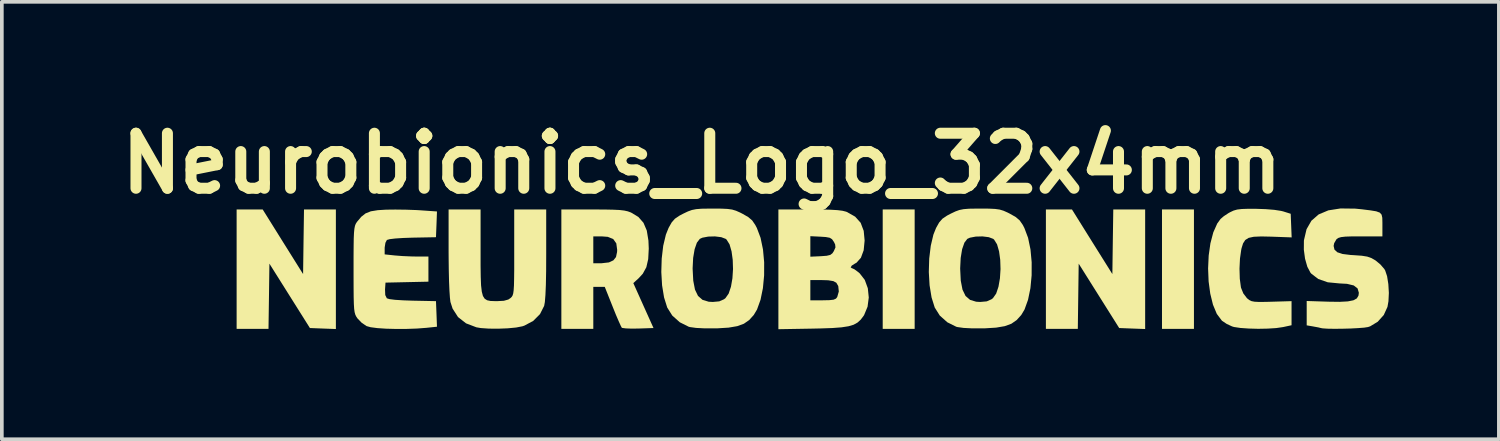
<source format=kicad_pcb>
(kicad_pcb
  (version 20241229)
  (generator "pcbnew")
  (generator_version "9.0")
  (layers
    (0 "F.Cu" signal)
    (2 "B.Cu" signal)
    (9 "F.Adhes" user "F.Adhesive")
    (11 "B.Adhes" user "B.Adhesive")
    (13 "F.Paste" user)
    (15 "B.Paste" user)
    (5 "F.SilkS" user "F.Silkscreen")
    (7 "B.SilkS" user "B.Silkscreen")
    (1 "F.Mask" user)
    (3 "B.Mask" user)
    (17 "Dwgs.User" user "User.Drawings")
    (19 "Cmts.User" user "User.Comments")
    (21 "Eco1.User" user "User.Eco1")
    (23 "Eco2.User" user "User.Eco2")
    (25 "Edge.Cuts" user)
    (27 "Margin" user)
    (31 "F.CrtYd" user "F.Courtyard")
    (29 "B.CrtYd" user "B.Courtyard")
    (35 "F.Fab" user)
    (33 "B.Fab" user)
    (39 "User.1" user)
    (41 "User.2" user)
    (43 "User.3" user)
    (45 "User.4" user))
  (footprint "Neurobionics_Logo_32x4mm"
    (layer "F.Cu")
    (at 19.134 3.944)
    (property "Reference" "Neurobionics_Logo_32x4mm" (at -3.048 -2.54 0) (layer "F.SilkS") (effects (font (size 1.5 1.5) (thickness 0.3))))
    (attr board_only exclude_from_pos_files exclude_from_bom)
    (fp_poly (pts (xy 2.752 0.344) (xy 2.752 1.972) (xy 2.316 1.972) (xy 1.881 1.972) (xy 1.881 0.344) (xy 1.881 -1.284) (xy 2.316 -1.284) (xy 2.752 -1.284)) (stroke (width 0) (type solid)) (fill yes) (layer "F.SilkS"))
    (fp_poly (pts (xy 10.366 0.344) (xy 10.366 1.972) (xy 9.931 1.972) (xy 9.495 1.972) (xy 9.495 0.344) (xy 9.495 -1.284) (xy 9.931 -1.284) (xy 10.366 -1.284)) (stroke (width 0) (type solid)) (fill yes) (layer "F.SilkS"))
    (fp_poly (pts (xy -13.027 0.346) (xy -13.027 1.976) (xy -13.381 1.963) (xy -13.735 1.949) (xy -14.287 1.072) (xy -14.839 0.194) (xy -14.851 1.083) (xy -14.864 1.972) (xy -15.298 1.972) (xy -15.733 1.972) (xy -15.733 0.344) (xy -15.733 -1.284) (xy -15.378 -1.283) (xy -15.022 -1.283) (xy -14.472 -0.402) (xy -13.921 0.478) (xy -13.909 -0.403) (xy -13.896 -1.284) (xy -13.462 -1.284) (xy -13.027 -1.284)) (stroke (width 0) (type solid)) (fill yes) (layer "F.SilkS"))
    (fp_poly (pts (xy 9.036 0.346) (xy 9.036 1.976) (xy 8.682 1.963) (xy 8.328 1.949) (xy 7.776 1.072) (xy 7.224 0.194) (xy 7.212 1.083) (xy 7.2 1.972) (xy 6.765 1.972) (xy 6.33 1.972) (xy 6.33 0.344) (xy 6.33 -1.284) (xy 6.685 -1.283) (xy 7.041 -1.283) (xy 7.591 -0.402) (xy 8.142 0.478) (xy 8.154 -0.403) (xy 8.167 -1.284) (xy 8.601 -1.284) (xy 9.036 -1.284)) (stroke (width 0) (type solid)) (fill yes) (layer "F.SilkS"))
    (fp_poly (pts (xy -9.082 -0.143) (xy -9.082 0.245) (xy -9.078 0.551) (xy -9.069 0.785) (xy -9.049 0.957) (xy -9.018 1.075) (xy -8.97 1.15) (xy -8.903 1.192) (xy -8.814 1.211) (xy -8.699 1.215) (xy -8.632 1.216) (xy -8.447 1.206) (xy -8.326 1.172) (xy -8.261 1.128) (xy -8.232 1.098) (xy -8.209 1.06) (xy -8.192 1.003) (xy -8.18 0.916) (xy -8.172 0.787) (xy -8.168 0.604) (xy -8.165 0.358) (xy -8.165 0.035) (xy -8.165 -0.122) (xy -8.165 -1.284) (xy -7.729 -1.284) (xy -7.293 -1.284) (xy -7.293 -0.063) (xy -7.295 0.397) (xy -7.302 0.766) (xy -7.314 1.047) (xy -7.33 1.242) (xy -7.349 1.345) (xy -7.462 1.569) (xy -7.646 1.754) (xy -7.885 1.882) (xy -7.943 1.902) (xy -8.113 1.935) (xy -8.343 1.957) (xy -8.601 1.967) (xy -8.856 1.965) (xy -9.075 1.95) (xy -9.197 1.929) (xy -9.479 1.821) (xy -9.697 1.65) (xy -9.845 1.42) (xy -9.904 1.238) (xy -9.918 1.121) (xy -9.931 0.928) (xy -9.942 0.672) (xy -9.949 0.368) (xy -9.953 0.031) (xy -9.954 -0.14) (xy -9.954 -1.284) (xy -9.518 -1.284) (xy -9.082 -1.284)) (stroke (width 0) (type solid)) (fill yes) (layer "F.SilkS"))
    (fp_poly (pts (xy -6.02 -1.283) (xy -5.707 -1.282) (xy -5.47 -1.277) (xy -5.295 -1.269) (xy -5.167 -1.254) (xy -5.071 -1.233) (xy -4.991 -1.204) (xy -4.977 -1.198) (xy -4.78 -1.079) (xy -4.641 -0.92) (xy -4.551 -0.709) (xy -4.506 -0.434) (xy -4.497 -0.216) (xy -4.512 0.07) (xy -4.563 0.292) (xy -4.66 0.469) (xy -4.773 0.592) (xy -4.918 0.724) (xy -4.643 1.337) (xy -4.368 1.949) (xy -4.783 1.963) (xy -4.97 1.965) (xy -5.122 1.959) (xy -5.216 1.947) (xy -5.233 1.94) (xy -5.262 1.885) (xy -5.317 1.763) (xy -5.391 1.591) (xy -5.474 1.385) (xy -5.482 1.365) (xy -5.697 0.826) (xy -5.853 0.826) (xy -6.009 0.826) (xy -6.009 1.399) (xy -6.009 1.972) (xy -6.445 1.972) (xy -6.88 1.972) (xy -6.88 0.344) (xy -6.88 -0.55) (xy -6.009 -0.55) (xy -6.009 -0.183) (xy -6.009 0.183) (xy -5.785 0.183) (xy -5.583 0.16) (xy -5.461 0.103) (xy -5.39 0.013) (xy -5.361 -0.124) (xy -5.358 -0.181) (xy -5.382 -0.359) (xy -5.465 -0.476) (xy -5.614 -0.537) (xy -5.785 -0.55) (xy -6.009 -0.55) (xy -6.88 -0.55) (xy -6.88 -1.284)) (stroke (width 0) (type solid)) (fill yes) (layer "F.SilkS"))
    (fp_poly (pts (xy 12.064 -1.301) (xy 12.325 -1.292) (xy 12.558 -1.273) (xy 12.738 -1.245) (xy 12.797 -1.231) (xy 13.004 -1.166) (xy 13.017 -0.844) (xy 13.03 -0.522) (xy 12.479 -0.542) (xy 12.2 -0.548) (xy 11.997 -0.539) (xy 11.857 -0.509) (xy 11.765 -0.451) (xy 11.705 -0.358) (xy 11.664 -0.226) (xy 11.655 -0.183) (xy 11.621 0.056) (xy 11.608 0.332) (xy 11.616 0.605) (xy 11.646 0.832) (xy 11.649 0.849) (xy 11.713 1.007) (xy 11.812 1.136) (xy 11.817 1.14) (xy 11.875 1.186) (xy 11.937 1.216) (xy 12.021 1.232) (xy 12.146 1.238) (xy 12.332 1.236) (xy 12.484 1.232) (xy 13.027 1.216) (xy 13.027 1.544) (xy 13.027 1.873) (xy 12.795 1.923) (xy 12.61 1.95) (xy 12.376 1.965) (xy 12.117 1.97) (xy 11.861 1.963) (xy 11.634 1.947) (xy 11.459 1.921) (xy 11.406 1.905) (xy 11.261 1.838) (xy 11.136 1.755) (xy 11.123 1.742) (xy 10.989 1.563) (xy 10.885 1.313) (xy 10.811 1.012) (xy 10.766 0.677) (xy 10.752 0.325) (xy 10.768 -0.027) (xy 10.815 -0.36) (xy 10.893 -0.657) (xy 11.001 -0.9) (xy 11.091 -1.024) (xy 11.18 -1.1) (xy 11.309 -1.185) (xy 11.353 -1.209) (xy 11.446 -1.253) (xy 11.544 -1.281) (xy 11.67 -1.296) (xy 11.846 -1.302)) (stroke (width 0) (type solid)) (fill yes) (layer "F.SilkS"))
    (fp_poly (pts (xy -11.108 -1.277) (xy -10.825 -1.267) (xy -10.744 -1.262) (xy -10.271 -1.229) (xy -10.284 -0.878) (xy -10.298 -0.527) (xy -10.937 -0.515) (xy -11.195 -0.506) (xy -11.408 -0.492) (xy -11.559 -0.474) (xy -11.634 -0.453) (xy -11.636 -0.452) (xy -11.676 -0.376) (xy -11.696 -0.253) (xy -11.697 -0.23) (xy -11.697 -0.059) (xy -11.415 -0.029) (xy -11.208 -0.013) (xy -10.972 -0.003) (xy -10.818 0) (xy -10.504 0) (xy -10.504 0.343) (xy -10.504 0.685) (xy -11.089 0.698) (xy -11.674 0.711) (xy -11.687 0.898) (xy -11.681 1.05) (xy -11.638 1.138) (xy -11.565 1.161) (xy -11.412 1.18) (xy -11.191 1.194) (xy -10.937 1.203) (xy -10.298 1.216) (xy -10.284 1.564) (xy -10.271 1.913) (xy -10.555 1.943) (xy -10.815 1.963) (xy -11.099 1.973) (xy -11.386 1.974) (xy -11.658 1.967) (xy -11.896 1.951) (xy -12.08 1.927) (xy -12.191 1.896) (xy -12.324 1.805) (xy -12.439 1.686) (xy -12.443 1.679) (xy -12.474 1.633) (xy -12.498 1.582) (xy -12.516 1.517) (xy -12.529 1.424) (xy -12.537 1.293) (xy -12.542 1.111) (xy -12.544 0.867) (xy -12.545 0.548) (xy -12.545 0.359) (xy -12.545 -0.002) (xy -12.543 -0.282) (xy -12.54 -0.494) (xy -12.533 -0.649) (xy -12.522 -0.759) (xy -12.507 -0.835) (xy -12.487 -0.889) (xy -12.46 -0.933) (xy -12.451 -0.946) (xy -12.335 -1.084) (xy -12.218 -1.176) (xy -12.075 -1.233) (xy -11.885 -1.264) (xy -11.66 -1.278) (xy -11.404 -1.281)) (stroke (width 0) (type solid)) (fill yes) (layer "F.SilkS"))
    (fp_poly (pts (xy 0.215 -1.283) (xy 0.465 -1.276) (xy 0.65 -1.265) (xy 0.784 -1.248) (xy 0.88 -1.224) (xy 0.906 -1.214) (xy 1.13 -1.087) (xy 1.28 -0.92) (xy 1.363 -0.7) (xy 1.388 -0.436) (xy 1.362 -0.171) (xy 1.287 0.033) (xy 1.168 0.167) (xy 1.122 0.193) (xy 1.037 0.247) (xy 1.008 0.296) (xy 1.045 0.321) (xy 1.053 0.321) (xy 1.112 0.349) (xy 1.208 0.42) (xy 1.255 0.46) (xy 1.392 0.637) (xy 1.475 0.864) (xy 1.501 1.116) (xy 1.468 1.368) (xy 1.374 1.595) (xy 1.359 1.618) (xy 1.282 1.72) (xy 1.196 1.799) (xy 1.088 1.859) (xy 0.946 1.901) (xy 0.758 1.93) (xy 0.509 1.949) (xy 0.189 1.96) (xy -0.034 1.965) (xy -0.963 1.981) (xy -0.963 0.642) (xy -0.092 0.642) (xy -0.092 0.917) (xy -0.092 1.193) (xy 0.251 1.193) (xy 0.432 1.189) (xy 0.543 1.176) (xy 0.607 1.147) (xy 0.641 1.104) (xy 0.684 0.953) (xy 0.669 0.804) (xy 0.616 0.714) (xy 0.535 0.67) (xy 0.393 0.647) (xy 0.226 0.642) (xy -0.092 0.642) (xy -0.963 0.642) (xy -0.963 0.348) (xy -0.963 -0.555) (xy -0.092 -0.555) (xy -0.092 -0.275) (xy -0.092 0.004) (xy 0.193 -0.009) (xy 0.354 -0.021) (xy 0.451 -0.044) (xy 0.51 -0.089) (xy 0.549 -0.149) (xy 0.593 -0.249) (xy 0.584 -0.331) (xy 0.549 -0.401) (xy 0.5 -0.472) (xy 0.436 -0.512) (xy 0.329 -0.532) (xy 0.193 -0.541) (xy -0.092 -0.555) (xy -0.963 -0.555) (xy -0.963 -1.284) (xy -0.113 -1.284)) (stroke (width 0) (type solid)) (fill yes) (layer "F.SilkS"))
    (fp_poly (pts (xy -2.515 -1.306) (xy -2.349 -1.298) (xy -2.225 -1.281) (xy -2.119 -1.249) (xy -2.006 -1.199) (xy -1.947 -1.169) (xy -1.786 -1.077) (xy -1.678 -0.985) (xy -1.594 -0.862) (xy -1.55 -0.779) (xy -1.449 -0.511) (xy -1.383 -0.193) (xy -1.351 0.155) (xy -1.352 0.514) (xy -1.385 0.862) (xy -1.45 1.179) (xy -1.546 1.445) (xy -1.635 1.594) (xy -1.76 1.732) (xy -1.904 1.832) (xy -2.085 1.898) (xy -2.32 1.938) (xy -2.625 1.957) (xy -2.683 1.958) (xy -2.971 1.958) (xy -3.206 1.946) (xy -3.372 1.923) (xy -3.407 1.914) (xy -3.651 1.792) (xy -3.856 1.609) (xy -3.994 1.39) (xy -4.08 1.115) (xy -4.134 0.785) (xy -4.155 0.423) (xy -4.152 0.317) (xy -3.301 0.317) (xy -3.301 0.335) (xy -3.284 0.659) (xy -3.237 0.902) (xy -3.154 1.074) (xy -3.031 1.181) (xy -2.863 1.232) (xy -2.752 1.238) (xy -2.575 1.222) (xy -2.446 1.165) (xy -2.406 1.134) (xy -2.319 1.01) (xy -2.256 0.823) (xy -2.216 0.593) (xy -2.2 0.342) (xy -2.208 0.09) (xy -2.24 -0.142) (xy -2.295 -0.333) (xy -2.375 -0.461) (xy -2.399 -0.482) (xy -2.521 -0.528) (xy -2.693 -0.549) (xy -2.876 -0.544) (xy -3.035 -0.514) (xy -3.105 -0.482) (xy -3.185 -0.378) (xy -3.247 -0.199) (xy -3.287 0.038) (xy -3.301 0.317) (xy -4.152 0.317) (xy -4.144 0.055) (xy -4.103 -0.293) (xy -4.03 -0.598) (xy -3.957 -0.78) (xy -3.873 -0.929) (xy -3.784 -1.031) (xy -3.658 -1.116) (xy -3.555 -1.17) (xy -3.429 -1.23) (xy -3.321 -1.269) (xy -3.206 -1.292) (xy -3.059 -1.304) (xy -2.856 -1.307) (xy -2.749 -1.307)) (stroke (width 0) (type solid)) (fill yes) (layer "F.SilkS"))
    (fp_poly (pts (xy 4.778 -1.306) (xy 4.944 -1.298) (xy 5.068 -1.281) (xy 5.174 -1.249) (xy 5.287 -1.199) (xy 5.346 -1.169) (xy 5.508 -1.077) (xy 5.615 -0.985) (xy 5.7 -0.862) (xy 5.743 -0.779) (xy 5.844 -0.511) (xy 5.91 -0.193) (xy 5.942 0.155) (xy 5.941 0.514) (xy 5.908 0.862) (xy 5.843 1.179) (xy 5.747 1.445) (xy 5.658 1.594) (xy 5.533 1.732) (xy 5.389 1.832) (xy 5.208 1.898) (xy 4.973 1.938) (xy 4.668 1.957) (xy 4.61 1.958) (xy 4.322 1.958) (xy 4.087 1.946) (xy 3.922 1.923) (xy 3.886 1.914) (xy 3.642 1.792) (xy 3.437 1.609) (xy 3.299 1.39) (xy 3.213 1.115) (xy 3.159 0.785) (xy 3.138 0.423) (xy 3.141 0.317) (xy 3.993 0.317) (xy 3.993 0.335) (xy 4.009 0.659) (xy 4.056 0.902) (xy 4.139 1.074) (xy 4.262 1.181) (xy 4.43 1.232) (xy 4.541 1.238) (xy 4.718 1.222) (xy 4.847 1.165) (xy 4.887 1.134) (xy 4.974 1.01) (xy 5.037 0.823) (xy 5.077 0.593) (xy 5.093 0.342) (xy 5.085 0.09) (xy 5.053 -0.142) (xy 4.998 -0.333) (xy 4.918 -0.461) (xy 4.894 -0.482) (xy 4.772 -0.528) (xy 4.601 -0.549) (xy 4.417 -0.544) (xy 4.259 -0.514) (xy 4.188 -0.482) (xy 4.108 -0.378) (xy 4.046 -0.199) (xy 4.007 0.038) (xy 3.993 0.317) (xy 3.141 0.317) (xy 3.149 0.055) (xy 3.191 -0.293) (xy 3.263 -0.598) (xy 3.336 -0.78) (xy 3.42 -0.929) (xy 3.509 -1.031) (xy 3.635 -1.116) (xy 3.738 -1.17) (xy 3.864 -1.23) (xy 3.972 -1.269) (xy 4.087 -1.292) (xy 4.234 -1.304) (xy 4.437 -1.307) (xy 4.544 -1.307)) (stroke (width 0) (type solid)) (fill yes) (layer "F.SilkS"))
    (fp_poly (pts (xy 14.765 -1.306) (xy 14.944 -1.288) (xy 15.177 -1.259) (xy 15.335 -1.233) (xy 15.431 -1.198) (xy 15.482 -1.142) (xy 15.501 -1.056) (xy 15.504 -0.927) (xy 15.504 -0.867) (xy 15.504 -0.55) (xy 14.915 -0.55) (xy 14.666 -0.549) (xy 14.493 -0.543) (xy 14.379 -0.53) (xy 14.307 -0.509) (xy 14.26 -0.478) (xy 14.249 -0.467) (xy 14.189 -0.364) (xy 14.174 -0.29) (xy 14.197 -0.189) (xy 14.274 -0.117) (xy 14.416 -0.07) (xy 14.634 -0.043) (xy 14.732 -0.037) (xy 14.943 -0.022) (xy 15.092 0.002) (xy 15.207 0.043) (xy 15.316 0.106) (xy 15.447 0.214) (xy 15.554 0.337) (xy 15.579 0.378) (xy 15.632 0.537) (xy 15.666 0.753) (xy 15.68 0.992) (xy 15.669 1.219) (xy 15.642 1.373) (xy 15.541 1.594) (xy 15.376 1.778) (xy 15.171 1.902) (xy 15.112 1.922) (xy 15.009 1.938) (xy 14.842 1.951) (xy 14.636 1.962) (xy 14.412 1.968) (xy 14.196 1.97) (xy 14.009 1.967) (xy 13.876 1.958) (xy 13.83 1.95) (xy 13.757 1.932) (xy 13.637 1.91) (xy 13.612 1.905) (xy 13.44 1.876) (xy 13.44 1.544) (xy 13.44 1.212) (xy 14.036 1.231) (xy 14.338 1.235) (xy 14.56 1.223) (xy 14.713 1.193) (xy 14.807 1.141) (xy 14.852 1.064) (xy 14.862 0.988) (xy 14.827 0.869) (xy 14.722 0.788) (xy 14.539 0.744) (xy 14.335 0.733) (xy 14.014 0.702) (xy 13.755 0.612) (xy 13.565 0.466) (xy 13.542 0.439) (xy 13.457 0.278) (xy 13.395 0.059) (xy 13.362 -0.187) (xy 13.364 -0.43) (xy 13.367 -0.453) (xy 13.436 -0.745) (xy 13.569 -0.977) (xy 13.766 -1.148) (xy 14.03 -1.259) (xy 14.363 -1.311)) (stroke (width 0) (type solid)) (fill yes) (layer "F.SilkS")))
  (gr_rect
    (start -3 -3)
    (end 37.813 8.925)
    (stroke (width 0.1) (type default))
    (fill no)
    (layer "Edge.Cuts")))
</source>
